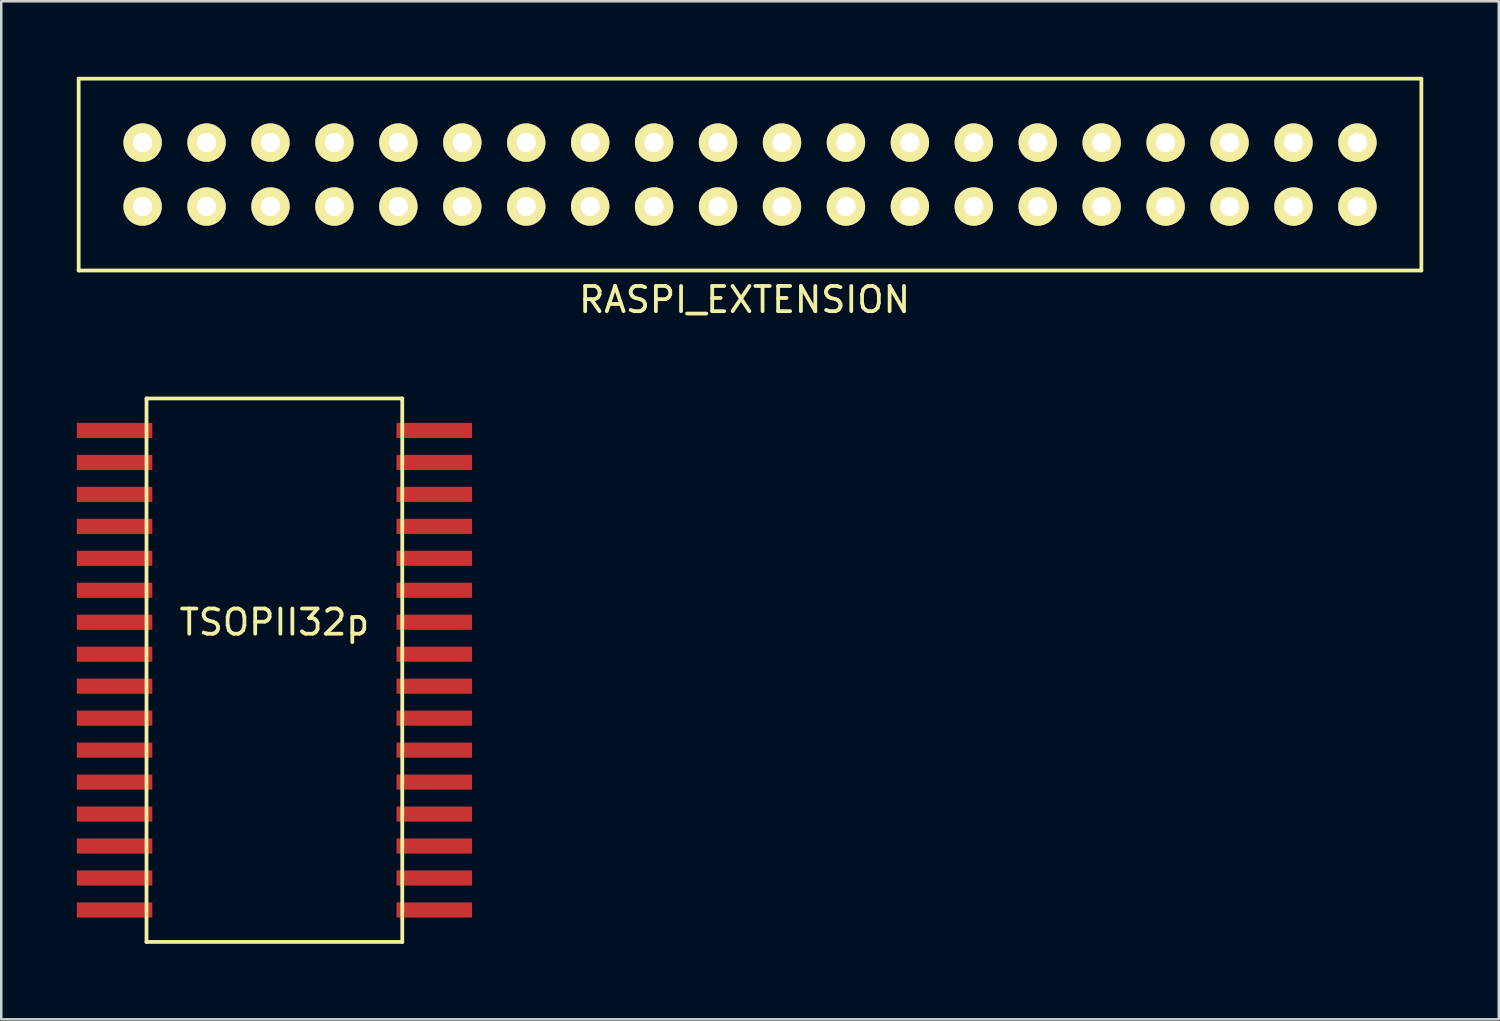
<source format=kicad_pcb>
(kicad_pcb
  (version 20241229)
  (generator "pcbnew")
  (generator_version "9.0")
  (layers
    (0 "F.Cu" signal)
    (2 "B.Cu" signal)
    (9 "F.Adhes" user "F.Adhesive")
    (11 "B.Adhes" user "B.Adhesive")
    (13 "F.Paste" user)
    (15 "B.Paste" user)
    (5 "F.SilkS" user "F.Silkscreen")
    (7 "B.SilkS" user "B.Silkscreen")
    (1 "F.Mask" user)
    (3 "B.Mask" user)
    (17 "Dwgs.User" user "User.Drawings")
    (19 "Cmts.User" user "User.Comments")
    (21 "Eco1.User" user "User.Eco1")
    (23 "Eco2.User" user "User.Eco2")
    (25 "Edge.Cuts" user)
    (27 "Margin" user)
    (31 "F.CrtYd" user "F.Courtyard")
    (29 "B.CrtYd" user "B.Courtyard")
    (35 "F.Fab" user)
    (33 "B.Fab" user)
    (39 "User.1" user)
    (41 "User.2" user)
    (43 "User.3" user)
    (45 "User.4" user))
  (footprint "TSOPII32p"
    (layer "F.Cu")
    (at 7.85 15.319)
    (property "Reference" "TSOPII32p" (at 0 6.35 0) (layer "F.SilkS") (effects (font (size 1 1) (thickness 0.15))))
    (attr through_hole)
    (fp_line (start -5.08 -2.54) (end -5.08 19.05) (stroke (width 0.15) (type solid)) (layer "F.SilkS"))
    (fp_line (start -5.08 19.05) (end 5.08 19.05) (stroke (width 0.15) (type solid)) (layer "F.SilkS"))
    (fp_line (start 5.08 -2.54) (end -5.08 -2.54) (stroke (width 0.15) (type solid)) (layer "F.SilkS"))
    (fp_line (start 5.08 19.05) (end 5.08 -2.54) (stroke (width 0.15) (type solid)) (layer "F.SilkS"))
    (pad "1" smd trapezoid (at -6.35 -1.27) (size 3 0.6) (layers "F.Cu" "F.Mask" "F.Paste"))
    (pad "2" smd trapezoid (at -6.35 0) (size 3 0.6) (layers "F.Cu" "F.Mask" "F.Paste"))
    (pad "3" smd trapezoid (at -6.35 1.27) (size 3 0.6) (layers "F.Cu" "F.Mask" "F.Paste"))
    (pad "4" smd trapezoid (at -6.35 2.54) (size 3 0.6) (layers "F.Cu" "F.Mask" "F.Paste"))
    (pad "5" smd trapezoid (at -6.35 3.81) (size 3 0.6) (layers "F.Cu" "F.Mask" "F.Paste"))
    (pad "6" smd trapezoid (at -6.35 5.08) (size 3 0.6) (layers "F.Cu" "F.Mask" "F.Paste"))
    (pad "7" smd trapezoid (at -6.35 6.35) (size 3 0.6) (layers "F.Cu" "F.Mask" "F.Paste"))
    (pad "8" smd trapezoid (at -6.35 7.62) (size 3 0.6) (layers "F.Cu" "F.Mask" "F.Paste"))
    (pad "9" smd trapezoid (at -6.35 8.89) (size 3 0.6) (layers "F.Cu" "F.Mask" "F.Paste"))
    (pad "10" smd trapezoid (at -6.35 10.16) (size 3 0.6) (layers "F.Cu" "F.Mask" "F.Paste"))
    (pad "11" smd trapezoid (at -6.35 11.43) (size 3 0.6) (layers "F.Cu" "F.Mask" "F.Paste"))
    (pad "12" smd trapezoid (at -6.35 12.7) (size 3 0.6) (layers "F.Cu" "F.Mask" "F.Paste"))
    (pad "13" smd trapezoid (at -6.35 13.97) (size 3 0.6) (layers "F.Cu" "F.Mask" "F.Paste"))
    (pad "14" smd trapezoid (at -6.35 15.24) (size 3 0.6) (layers "F.Cu" "F.Mask" "F.Paste"))
    (pad "15" smd trapezoid (at -6.35 16.51) (size 3 0.6) (layers "F.Cu" "F.Mask" "F.Paste"))
    (pad "16" smd trapezoid (at -6.35 17.78) (size 3 0.6) (layers "F.Cu" "F.Mask" "F.Paste"))
    (pad "17" smd trapezoid (at 6.35 17.78) (size 3 0.6) (layers "F.Cu" "F.Mask" "F.Paste"))
    (pad "18" smd trapezoid (at 6.35 16.51) (size 3 0.6) (layers "F.Cu" "F.Mask" "F.Paste"))
    (pad "19" smd trapezoid (at 6.35 15.24) (size 3 0.6) (layers "F.Cu" "F.Mask" "F.Paste"))
    (pad "20" smd trapezoid (at 6.35 13.97) (size 3 0.6) (layers "F.Cu" "F.Mask" "F.Paste"))
    (pad "21" smd trapezoid (at 6.35 12.7) (size 3 0.6) (layers "F.Cu" "F.Mask" "F.Paste"))
    (pad "22" smd trapezoid (at 6.35 11.43) (size 3 0.6) (layers "F.Cu" "F.Mask" "F.Paste"))
    (pad "23" smd trapezoid (at 6.35 10.16) (size 3 0.6) (layers "F.Cu" "F.Mask" "F.Paste"))
    (pad "24" smd trapezoid (at 6.35 8.89) (size 3 0.6) (layers "F.Cu" "F.Mask" "F.Paste"))
    (pad "25" smd trapezoid (at 6.35 7.62) (size 3 0.6) (layers "F.Cu" "F.Mask" "F.Paste"))
    (pad "26" smd trapezoid (at 6.35 6.35) (size 3 0.6) (layers "F.Cu" "F.Mask" "F.Paste"))
    (pad "27" smd trapezoid (at 6.35 5.08) (size 3 0.6) (layers "F.Cu" "F.Mask" "F.Paste"))
    (pad "28" smd trapezoid (at 6.35 3.81) (size 3 0.6) (layers "F.Cu" "F.Mask" "F.Paste"))
    (pad "29" smd trapezoid (at 6.35 2.54) (size 3 0.6) (layers "F.Cu" "F.Mask" "F.Paste"))
    (pad "30" smd trapezoid (at 6.35 1.27) (size 3 0.6) (layers "F.Cu" "F.Mask" "F.Paste"))
    (pad "31" smd trapezoid (at 6.35 0) (size 3 0.6) (layers "F.Cu" "F.Mask" "F.Paste"))
    (pad "32" smd trapezoid (at 6.35 -1.27) (size 3 0.6) (layers "F.Cu" "F.Mask" "F.Paste")))
  (footprint "RASPI_EXTENSION"
    (layer "F.Cu")
    (at 26.745 3.885)
    (property "Reference" "RASPI_EXTENSION" (at -0.216 4.971 0) (layer "F.SilkS") (effects (font (size 1 1) (thickness 0.15))))
    (attr through_hole)
    (fp_line (start -26.67 -3.81) (end -26.67 3.81) (stroke (width 0.15) (type solid)) (layer "F.SilkS"))
    (fp_line (start -26.67 3.81) (end 26.67 3.81) (stroke (width 0.15) (type solid)) (layer "F.SilkS"))
    (fp_line (start 26.67 -3.81) (end -26.67 -3.81) (stroke (width 0.15) (type solid)) (layer "F.SilkS"))
    (fp_line (start 26.67 3.81) (end 26.67 -3.81) (stroke (width 0.15) (type solid)) (layer "F.SilkS"))
    (pad "1" thru_hole circle (at 24.13 -1.27) (size 1.524 1.524) (drill 0.762) (layers "*.Cu" "*.Mask" "F.SilkS"))
    (pad "2" thru_hole circle (at 24.13 1.27) (size 1.524 1.524) (drill 0.762) (layers "*.Cu" "*.Mask" "F.SilkS"))
    (pad "3" thru_hole circle (at 21.59 -1.27) (size 1.524 1.524) (drill 0.762) (layers "*.Cu" "*.Mask" "F.SilkS"))
    (pad "4" thru_hole circle (at 21.59 1.27) (size 1.524 1.524) (drill 0.762) (layers "*.Cu" "*.Mask" "F.SilkS"))
    (pad "5" thru_hole circle (at 19.05 -1.27) (size 1.524 1.524) (drill 0.762) (layers "*.Cu" "*.Mask" "F.SilkS"))
    (pad "6" thru_hole circle (at 19.05 1.27) (size 1.524 1.524) (drill 0.762) (layers "*.Cu" "*.Mask" "F.SilkS"))
    (pad "7" thru_hole circle (at 16.51 -1.27) (size 1.524 1.524) (drill 0.762) (layers "*.Cu" "*.Mask" "F.SilkS"))
    (pad "8" thru_hole circle (at 16.51 1.27) (size 1.524 1.524) (drill 0.762) (layers "*.Cu" "*.Mask" "F.SilkS"))
    (pad "9" thru_hole circle (at 13.97 -1.27) (size 1.524 1.524) (drill 0.762) (layers "*.Cu" "*.Mask" "F.SilkS"))
    (pad "10" thru_hole circle (at 13.97 1.27) (size 1.524 1.524) (drill 0.762) (layers "*.Cu" "*.Mask" "F.SilkS"))
    (pad "11" thru_hole circle (at 11.43 -1.27) (size 1.524 1.524) (drill 0.762) (layers "*.Cu" "*.Mask" "F.SilkS"))
    (pad "12" thru_hole circle (at 11.43 1.27) (size 1.524 1.524) (drill 0.762) (layers "*.Cu" "*.Mask" "F.SilkS"))
    (pad "13" thru_hole circle (at 8.89 -1.27) (size 1.524 1.524) (drill 0.762) (layers "*.Cu" "*.Mask" "F.SilkS"))
    (pad "14" thru_hole circle (at 8.89 1.27) (size 1.524 1.524) (drill 0.762) (layers "*.Cu" "*.Mask" "F.SilkS"))
    (pad "15" thru_hole circle (at 6.35 -1.27) (size 1.524 1.524) (drill 0.762) (layers "*.Cu" "*.Mask" "F.SilkS"))
    (pad "16" thru_hole circle (at 6.35 1.27) (size 1.524 1.524) (drill 0.762) (layers "*.Cu" "*.Mask" "F.SilkS"))
    (pad "17" thru_hole circle (at 3.81 -1.27) (size 1.524 1.524) (drill 0.762) (layers "*.Cu" "*.Mask" "F.SilkS"))
    (pad "18" thru_hole circle (at 3.81 1.27) (size 1.524 1.524) (drill 0.762) (layers "*.Cu" "*.Mask" "F.SilkS"))
    (pad "19" thru_hole circle (at 1.27 -1.27) (size 1.524 1.524) (drill 0.762) (layers "*.Cu" "*.Mask" "F.SilkS"))
    (pad "20" thru_hole circle (at 1.27 1.27) (size 1.524 1.524) (drill 0.762) (layers "*.Cu" "*.Mask" "F.SilkS"))
    (pad "21" thru_hole circle (at -1.27 -1.27) (size 1.524 1.524) (drill 0.762) (layers "*.Cu" "*.Mask" "F.SilkS"))
    (pad "22" thru_hole circle (at -1.27 1.27) (size 1.524 1.524) (drill 0.762) (layers "*.Cu" "*.Mask" "F.SilkS"))
    (pad "23" thru_hole circle (at -3.81 -1.27) (size 1.524 1.524) (drill 0.762) (layers "*.Cu" "*.Mask" "F.SilkS"))
    (pad "24" thru_hole circle (at -3.81 1.27) (size 1.524 1.524) (drill 0.762) (layers "*.Cu" "*.Mask" "F.SilkS"))
    (pad "25" thru_hole circle (at -6.35 -1.27) (size 1.524 1.524) (drill 0.762) (layers "*.Cu" "*.Mask" "F.SilkS"))
    (pad "26" thru_hole circle (at -6.35 1.27) (size 1.524 1.524) (drill 0.762) (layers "*.Cu" "*.Mask" "F.SilkS"))
    (pad "27" thru_hole circle (at -8.89 -1.27) (size 1.524 1.524) (drill 0.762) (layers "*.Cu" "*.Mask" "F.SilkS"))
    (pad "28" thru_hole circle (at -8.89 1.27) (size 1.524 1.524) (drill 0.762) (layers "*.Cu" "*.Mask" "F.SilkS"))
    (pad "29" thru_hole circle (at -11.43 -1.27) (size 1.524 1.524) (drill 0.762) (layers "*.Cu" "*.Mask" "F.SilkS"))
    (pad "30" thru_hole circle (at -11.43 1.27) (size 1.524 1.524) (drill 0.762) (layers "*.Cu" "*.Mask" "F.SilkS"))
    (pad "31" thru_hole circle (at -13.97 -1.27) (size 1.524 1.524) (drill 0.762) (layers "*.Cu" "*.Mask" "F.SilkS"))
    (pad "32" thru_hole circle (at -13.97 1.27) (size 1.524 1.524) (drill 0.762) (layers "*.Cu" "*.Mask" "F.SilkS"))
    (pad "33" thru_hole circle (at -16.51 -1.27) (size 1.524 1.524) (drill 0.762) (layers "*.Cu" "*.Mask" "F.SilkS"))
    (pad "34" thru_hole circle (at -16.51 1.27) (size 1.524 1.524) (drill 0.762) (layers "*.Cu" "*.Mask" "F.SilkS"))
    (pad "35" thru_hole circle (at -19.05 -1.27) (size 1.524 1.524) (drill 0.762) (layers "*.Cu" "*.Mask" "F.SilkS"))
    (pad "36" thru_hole circle (at -19.05 1.27) (size 1.524 1.524) (drill 0.762) (layers "*.Cu" "*.Mask" "F.SilkS"))
    (pad "37" thru_hole circle (at -21.59 -1.27) (size 1.524 1.524) (drill 0.762) (layers "*.Cu" "*.Mask" "F.SilkS"))
    (pad "38" thru_hole circle (at -21.59 1.27) (size 1.524 1.524) (drill 0.762) (layers "*.Cu" "*.Mask" "F.SilkS"))
    (pad "39" thru_hole circle (at -24.13 -1.27) (size 1.524 1.524) (drill 0.762) (layers "*.Cu" "*.Mask" "F.SilkS"))
    (pad "40" thru_hole circle (at -24.13 1.27) (size 1.524 1.524) (drill 0.762) (layers "*.Cu" "*.Mask" "F.SilkS")))
  (gr_rect
    (start -3 -3)
    (end 56.49 37.444)
    (stroke (width 0.1) (type default))
    (fill no)
    (layer "Edge.Cuts")))
</source>
